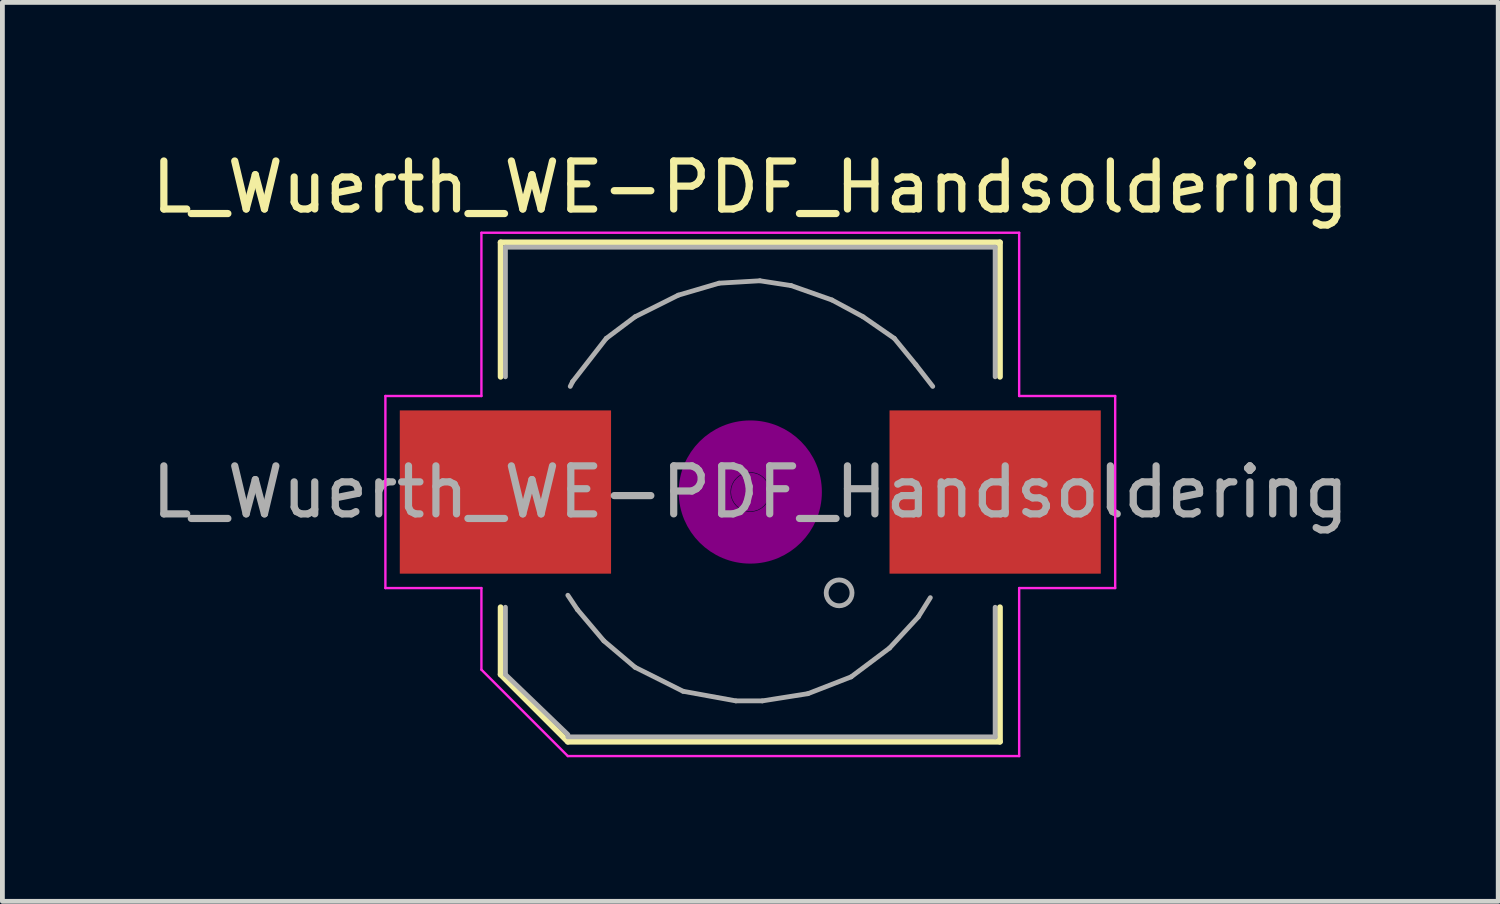
<source format=kicad_pcb>
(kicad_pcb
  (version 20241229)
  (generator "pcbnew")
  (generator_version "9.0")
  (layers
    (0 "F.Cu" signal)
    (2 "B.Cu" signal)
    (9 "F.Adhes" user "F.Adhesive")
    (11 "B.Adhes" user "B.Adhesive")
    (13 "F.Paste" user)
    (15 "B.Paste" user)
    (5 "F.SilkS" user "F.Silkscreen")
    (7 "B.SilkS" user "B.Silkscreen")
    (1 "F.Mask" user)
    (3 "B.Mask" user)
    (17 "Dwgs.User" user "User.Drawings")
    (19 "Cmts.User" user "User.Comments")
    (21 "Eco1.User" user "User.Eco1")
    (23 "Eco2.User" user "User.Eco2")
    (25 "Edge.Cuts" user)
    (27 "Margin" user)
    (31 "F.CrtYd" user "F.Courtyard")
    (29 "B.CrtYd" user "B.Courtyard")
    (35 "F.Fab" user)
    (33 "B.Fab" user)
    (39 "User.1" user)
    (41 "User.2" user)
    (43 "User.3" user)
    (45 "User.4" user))
  (footprint "L_Wuerth_WE-PDF_Handsoldering"
    (layer "F.Cu")
    (at 12.577 7.198)
    (property "Reference" "L_Wuerth_WE-PDF_Handsoldering" (at 0 -6.35 0) (layer "F.SilkS") (effects (font (size 1 1) (thickness 0.15))))
    (attr smd)
    (fp_line (start -5.2 -5.2) (end 5.2 -5.2) (stroke (width 0.12) (type solid)) (layer "F.SilkS"))
    (fp_line (start -5.2 -2.4) (end -5.2 -5.2) (stroke (width 0.12) (type solid)) (layer "F.SilkS"))
    (fp_line (start -5.2 3.8) (end -5.2 2.4) (stroke (width 0.12) (type solid)) (layer "F.SilkS"))
    (fp_line (start -3.8 5.2) (end -5.2 3.8) (stroke (width 0.12) (type solid)) (layer "F.SilkS"))
    (fp_line (start 5.2 -5.2) (end 5.2 -2.4) (stroke (width 0.12) (type solid)) (layer "F.SilkS"))
    (fp_line (start 5.2 2.4) (end 5.2 5.2) (stroke (width 0.12) (type solid)) (layer "F.SilkS"))
    (fp_line (start 5.2 5.2) (end -3.8 5.2) (stroke (width 0.12) (type solid)) (layer "F.SilkS"))
    (fp_circle (center 0 0) (end 0.15 0.15) (stroke (width 0.38) (type solid)) (fill no) (layer "F.Adhes"))
    (fp_circle (center 0 0) (end 0.6 0.05) (stroke (width 0.38) (type solid)) (fill no) (layer "F.Adhes"))
    (fp_circle (center 0 0) (end 0.95 0) (stroke (width 0.38) (type solid)) (fill no) (layer "F.Adhes"))
    (fp_circle (center 0 0) (end 1.3 0.05) (stroke (width 0.38) (type solid)) (fill no) (layer "F.Adhes"))
    (fp_line (start -7.6 -2) (end -5.6 -2) (stroke (width 0.05) (type solid)) (layer "F.CrtYd"))
    (fp_line (start -7.6 2) (end -7.6 -2) (stroke (width 0.05) (type solid)) (layer "F.CrtYd"))
    (fp_line (start -5.6 -5.4) (end 5.6 -5.4) (stroke (width 0.05) (type solid)) (layer "F.CrtYd"))
    (fp_line (start -5.6 -2) (end -5.6 -5.4) (stroke (width 0.05) (type solid)) (layer "F.CrtYd"))
    (fp_line (start -5.6 2) (end -7.6 2) (stroke (width 0.05) (type solid)) (layer "F.CrtYd"))
    (fp_line (start -5.6 3.7) (end -5.6 2) (stroke (width 0.05) (type solid)) (layer "F.CrtYd"))
    (fp_line (start -3.8 5.5) (end -5.6 3.7) (stroke (width 0.05) (type solid)) (layer "F.CrtYd"))
    (fp_line (start 5.6 -5.4) (end 5.6 -2) (stroke (width 0.05) (type solid)) (layer "F.CrtYd"))
    (fp_line (start 5.6 -2) (end 7.6 -2) (stroke (width 0.05) (type solid)) (layer "F.CrtYd"))
    (fp_line (start 5.6 2) (end 5.6 5.5) (stroke (width 0.05) (type solid)) (layer "F.CrtYd"))
    (fp_line (start 5.6 5.5) (end -3.8 5.5) (stroke (width 0.05) (type solid)) (layer "F.CrtYd"))
    (fp_line (start 7.6 -2) (end 7.6 2) (stroke (width 0.05) (type solid)) (layer "F.CrtYd"))
    (fp_line (start 7.6 2) (end 5.6 2) (stroke (width 0.05) (type solid)) (layer "F.CrtYd"))
    (fp_line (start -5.1 -5.1) (end -5.1 -2.4) (stroke (width 0.1) (type solid)) (layer "F.Fab"))
    (fp_line (start -5.1 2.4) (end -5.1 3.8) (stroke (width 0.1) (type solid)) (layer "F.Fab"))
    (fp_line (start -5.1 3.8) (end -3.8 5.05) (stroke (width 0.1) (type solid)) (layer "F.Fab"))
    (fp_line (start -3.8 2.15) (end -3.6 2.45) (stroke (width 0.1) (type solid)) (layer "F.Fab"))
    (fp_line (start -3.7 -2.3) (end -3.75 -2.2) (stroke (width 0.1) (type solid)) (layer "F.Fab"))
    (fp_line (start -3.6 2.45) (end -3.05 3.1) (stroke (width 0.1) (type solid)) (layer "F.Fab"))
    (fp_line (start -3.05 3.1) (end -2.4 3.65) (stroke (width 0.1) (type solid)) (layer "F.Fab"))
    (fp_line (start -3 -3.2) (end -3.7 -2.3) (stroke (width 0.1) (type solid)) (layer "F.Fab"))
    (fp_line (start -2.4 -3.65) (end -3 -3.2) (stroke (width 0.1) (type solid)) (layer "F.Fab"))
    (fp_line (start -2.4 3.65) (end -1.4 4.15) (stroke (width 0.1) (type solid)) (layer "F.Fab"))
    (fp_line (start -1.5 -4.1) (end -2.4 -3.65) (stroke (width 0.1) (type solid)) (layer "F.Fab"))
    (fp_line (start -1.4 4.15) (end -0.3 4.35) (stroke (width 0.1) (type solid)) (layer "F.Fab"))
    (fp_line (start -0.65 -4.35) (end -1.5 -4.1) (stroke (width 0.1) (type solid)) (layer "F.Fab"))
    (fp_line (start -0.3 4.35) (end 0.25 4.35) (stroke (width 0.1) (type solid)) (layer "F.Fab"))
    (fp_line (start 0.2 -4.4) (end -0.65 -4.35) (stroke (width 0.1) (type solid)) (layer "F.Fab"))
    (fp_line (start 0.25 4.35) (end 1.2 4.2) (stroke (width 0.1) (type solid)) (layer "F.Fab"))
    (fp_line (start 0.85 -4.3) (end 0.2 -4.4) (stroke (width 0.1) (type solid)) (layer "F.Fab"))
    (fp_line (start 1.2 4.2) (end 2.1 3.85) (stroke (width 0.1) (type solid)) (layer "F.Fab"))
    (fp_line (start 1.7 -4) (end 0.85 -4.3) (stroke (width 0.1) (type solid)) (layer "F.Fab"))
    (fp_line (start 2.1 3.85) (end 2.9 3.25) (stroke (width 0.1) (type solid)) (layer "F.Fab"))
    (fp_line (start 2.35 -3.65) (end 1.7 -4) (stroke (width 0.1) (type solid)) (layer "F.Fab"))
    (fp_line (start 2.9 3.25) (end 3.5 2.6) (stroke (width 0.1) (type solid)) (layer "F.Fab"))
    (fp_line (start 3 -3.2) (end 2.35 -3.65) (stroke (width 0.1) (type solid)) (layer "F.Fab"))
    (fp_line (start 3.45 -2.65) (end 3 -3.2) (stroke (width 0.1) (type solid)) (layer "F.Fab"))
    (fp_line (start 3.5 2.6) (end 3.75 2.2) (stroke (width 0.1) (type solid)) (layer "F.Fab"))
    (fp_line (start 3.8 -2.2) (end 3.45 -2.65) (stroke (width 0.1) (type solid)) (layer "F.Fab"))
    (fp_line (start 5.1 -5.1) (end -5.1 -5.1) (stroke (width 0.1) (type solid)) (layer "F.Fab"))
    (fp_line (start 5.1 -5.1) (end 5.1 -2.4) (stroke (width 0.1) (type solid)) (layer "F.Fab"))
    (fp_line (start 5.1 5.1) (end -3.8 5.1) (stroke (width 0.1) (type solid)) (layer "F.Fab"))
    (fp_line (start 5.1 5.1) (end 5.1 2.4) (stroke (width 0.1) (type solid)) (layer "F.Fab"))
    (fp_circle (center 1.85 2.1) (end 2.1 2.2) (stroke (width 0.1) (type solid)) (fill no) (layer "F.Fab"))
    (fp_text user "${REFERENCE}" (at 0 0 0) (layer "F.Fab") (effects (font (size 1 1) (thickness 0.15))))
    (pad "1" smd rect (at -5.1 0) (size 4.4 3.4) (layers "F.Cu" "F.Mask" "F.Paste"))
    (pad "2" smd rect (at 5.1 0) (size 4.4 3.4) (layers "F.Cu" "F.Mask" "F.Paste")))
  (gr_rect
    (start -3 -3)
    (end 28.155 15.723)
    (stroke (width 0.1) (type default))
    (fill no)
    (layer "Edge.Cuts")))
</source>
